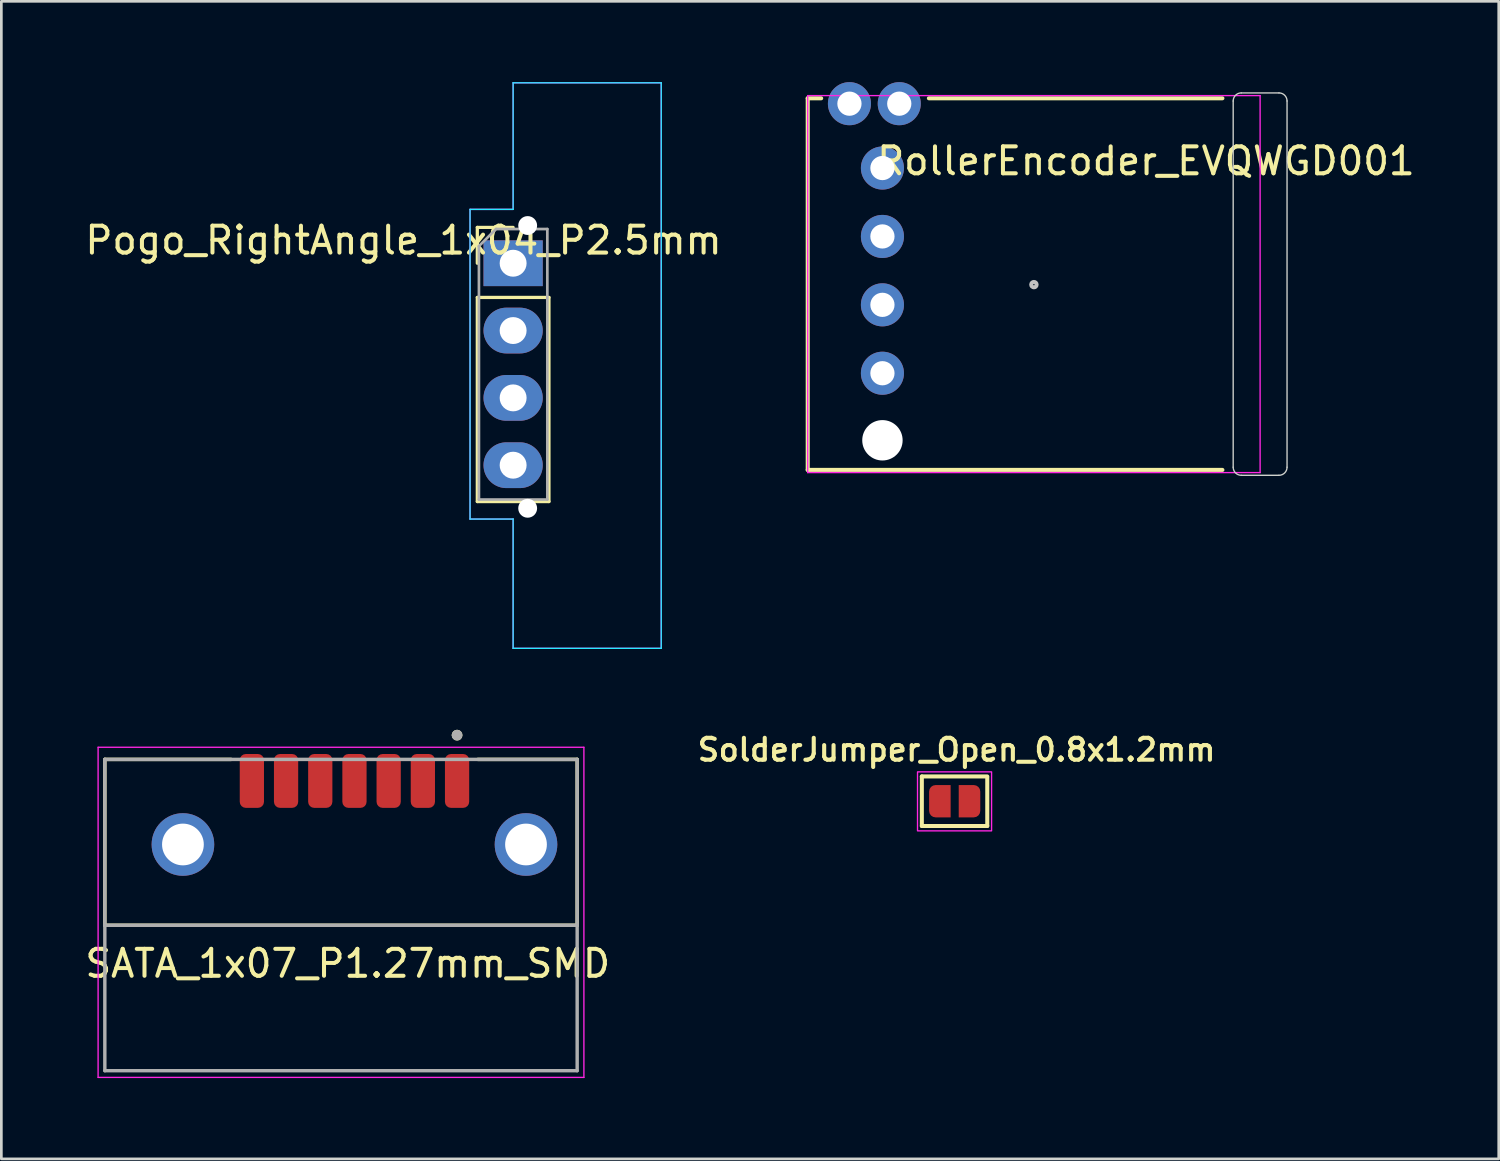
<source format=kicad_pcb>
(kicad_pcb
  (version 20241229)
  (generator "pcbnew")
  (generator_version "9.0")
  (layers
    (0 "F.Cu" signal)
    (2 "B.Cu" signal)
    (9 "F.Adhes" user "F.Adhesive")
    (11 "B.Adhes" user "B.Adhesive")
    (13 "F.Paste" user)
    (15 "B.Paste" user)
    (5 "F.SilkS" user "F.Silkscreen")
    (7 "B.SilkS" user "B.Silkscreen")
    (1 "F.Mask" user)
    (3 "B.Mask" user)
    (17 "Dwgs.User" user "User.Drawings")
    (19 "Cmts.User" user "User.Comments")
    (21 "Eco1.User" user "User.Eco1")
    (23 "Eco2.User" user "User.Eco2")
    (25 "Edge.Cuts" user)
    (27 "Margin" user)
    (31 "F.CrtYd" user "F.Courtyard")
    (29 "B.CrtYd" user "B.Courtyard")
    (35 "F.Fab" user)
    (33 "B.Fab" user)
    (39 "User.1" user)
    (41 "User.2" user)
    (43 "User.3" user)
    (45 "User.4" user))
  (footprint "SolderJumper_Open_0.8x1.2mm"
    (layer "F.Cu")
    (at 32.402 26.703)
    (property "Reference" "SolderJumper_Open_0.8x1.2mm" (at 0.07 -1.91 0) (layer "F.SilkS") (effects (font (size 0.813 0.813) (thickness 0.152))))
    (attr smd)
    (fp_line (start -1.22 -0.92) (end 1.21 -0.92) (stroke (width 0.15) (type solid)) (layer "F.SilkS"))
    (fp_line (start -1.22 0.92) (end -1.22 -0.92) (stroke (width 0.15) (type solid)) (layer "F.SilkS"))
    (fp_line (start 1.21 -0.888) (end 1.21 0.92) (stroke (width 0.15) (type solid)) (layer "F.SilkS"))
    (fp_line (start 1.21 0.92) (end -1.22 0.92) (stroke (width 0.15) (type solid)) (layer "F.SilkS"))
    (fp_rect (start -1.38 1.1) (end 1.37 -1.09) (stroke (width 0.05) (type solid)) (fill no) (layer "F.CrtYd"))
    (pad "1" smd roundrect (at -0.55 0) (size 0.8 1.2) (layers "F.Cu" "F.Mask" "F.Paste") (roundrect_rratio 0.3) (chamfer_ratio 0) (chamfer top_right bottom_right))
    (pad "2" smd roundrect (at 0.55 0) (size 0.8 1.2) (layers "F.Cu" "F.Mask" "F.Paste") (roundrect_rratio 0.3) (chamfer_ratio 0) (chamfer top_left bottom_left)))
  (footprint "RollerEncoder_EVQWGD001"
    (layer "F.Cu")
    (at 35.344 7.52)
    (property "Reference" "RollerEncoder_EVQWGD001" (at 4.16 -4.59 180) (layer "F.SilkS") (effects (font (size 1 1) (thickness 0.15))))
    (attr through_hole exclude_from_pos_files exclude_from_bom)
    (fp_line (start -8.4 -6.92) (end -8.4 6.88) (stroke (width 0.15) (type solid)) (layer "F.SilkS"))
    (fp_line (start -8.4 6.88) (end 7 6.88) (stroke (width 0.15) (type solid)) (layer "F.SilkS"))
    (fp_line (start -7.9 -6.92) (end -8.4 -6.92) (stroke (width 0.15) (type solid)) (layer "F.SilkS"))
    (fp_line (start 7 -6.92) (end -3.9 -6.92) (stroke (width 0.15) (type solid)) (layer "F.SilkS"))
    (fp_circle (center 0 0) (end 0.1 0) (stroke (width 0.15) (type solid)) (fill no) (layer "Dwgs.User"))
    (fp_line (start 7.4 -6.82) (end 7.4 6.78) (stroke (width 0.05) (type solid)) (layer "Edge.Cuts"))
    (fp_line (start 7.7 7.08) (end 9.1 7.08) (stroke (width 0.05) (type solid)) (layer "Edge.Cuts"))
    (fp_line (start 9.1 -7.12) (end 7.7 -7.12) (stroke (width 0.05) (type solid)) (layer "Edge.Cuts"))
    (fp_line (start 9.4 6.78) (end 9.4 -6.82) (stroke (width 0.05) (type solid)) (layer "Edge.Cuts"))
    (fp_arc (start 7.4 -6.82) (mid 7.487868 -7.032132) (end 7.7 -7.12) (stroke (width 0.05) (type solid)) (layer "Edge.Cuts"))
    (fp_arc (start 7.7 7.08) (mid 7.487868 6.992132) (end 7.4 6.78) (stroke (width 0.05) (type solid)) (layer "Edge.Cuts"))
    (fp_arc (start 9.1 -7.12) (mid 9.312132 -7.032132) (end 9.4 -6.82) (stroke (width 0.05) (type solid)) (layer "Edge.Cuts"))
    (fp_arc (start 9.4 6.78) (mid 9.312132 6.992132) (end 9.1 7.08) (stroke (width 0.05) (type solid)) (layer "Edge.Cuts"))
    (fp_line (start -8.4 -7.02) (end 8.4 -7.02) (stroke (width 0.05) (type solid)) (layer "F.CrtYd"))
    (fp_line (start -8.4 6.98) (end -8.4 -7.02) (stroke (width 0.05) (type solid)) (layer "F.CrtYd"))
    (fp_line (start 8.4 -7.02) (end 8.4 6.98) (stroke (width 0.05) (type solid)) (layer "F.CrtYd"))
    (fp_line (start 8.4 6.98) (end -8.4 6.98) (stroke (width 0.05) (type solid)) (layer "F.CrtYd"))
    (pad "" np_thru_hole circle (at -5.625 5.78) (size 1.5 1.5) (drill 1.5) (layers "*.Cu" "*.Mask"))
    (pad "A" thru_hole circle (at -5.625 -4.33) (size 1.6 1.6) (drill 0.9) (layers "*.Cu" "*.Mask"))
    (pad "B" thru_hole circle (at -5.625 -1.79) (size 1.6 1.6) (drill 0.9) (layers "*.Cu" "*.Mask"))
    (pad "C" thru_hole circle (at -5.625 0.75) (size 1.6 1.6) (drill 0.9) (layers "*.Cu" "*.Mask"))
    (pad "D" thru_hole circle (at -5.625 3.29) (size 1.6 1.6) (drill 0.9) (layers "*.Cu" "*.Mask"))
    (pad "S1" thru_hole circle (at -6.85 -6.72) (size 1.6 1.6) (drill 0.9) (layers "*.Cu" "*.Mask"))
    (pad "S2" thru_hole circle (at -5 -6.72) (size 1.6 1.6) (drill 0.9) (layers "*.Cu" "*.Mask")))
  (footprint "SATA_1x07_P1.27mm_SMD"
    (layer "F.Cu")
    (at 9.613 28.31)
    (property "Reference" "SATA_1x07_P1.27mm_SMD" (at 0.25 4.42 0) (layer "F.SilkS") (effects (font (size 1 1) (thickness 0.15))))
    (attr smd)
    (fp_line (start -8.77 -3.16) (end -4.08 -3.16) (stroke (width 0.127) (type solid)) (layer "F.SilkS"))
    (fp_line (start -8.77 3) (end -8.77 -3.16) (stroke (width 0.127) (type solid)) (layer "F.SilkS"))
    (fp_line (start 5.08 -3.16) (end 8.77 -3.16) (stroke (width 0.127) (type solid)) (layer "F.SilkS"))
    (fp_line (start 8.77 -3.16) (end 8.77 3) (stroke (width 0.127) (type solid)) (layer "F.SilkS"))
    (fp_line (start 8.77 3) (end -8.77 3) (stroke (width 0.127) (type solid)) (layer "F.SilkS"))
    (fp_circle (center 4.31 -4.06) (end 4.41 -4.06) (stroke (width 0.2) (type solid)) (fill no) (layer "F.SilkS"))
    (fp_line (start -9.02 -3.61) (end -9.02 8.65) (stroke (width 0.05) (type solid)) (layer "F.CrtYd"))
    (fp_line (start -9.02 8.65) (end 9.02 8.65) (stroke (width 0.05) (type solid)) (layer "F.CrtYd"))
    (fp_line (start 9.02 -3.61) (end -9.02 -3.61) (stroke (width 0.05) (type solid)) (layer "F.CrtYd"))
    (fp_line (start 9.02 8.65) (end 9.02 -3.61) (stroke (width 0.05) (type solid)) (layer "F.CrtYd"))
    (fp_line (start -8.77 -3.16) (end 8.77 -3.16) (stroke (width 0.127) (type solid)) (layer "F.Fab"))
    (fp_line (start -8.77 3) (end -8.77 -3.16) (stroke (width 0.127) (type solid)) (layer "F.Fab"))
    (fp_line (start -8.77 8.4) (end -8.77 3) (stroke (width 0.127) (type solid)) (layer "F.Fab"))
    (fp_line (start 8.77 -3.16) (end 8.77 3) (stroke (width 0.127) (type solid)) (layer "F.Fab"))
    (fp_line (start 8.77 3) (end -8.77 3) (stroke (width 0.127) (type solid)) (layer "F.Fab"))
    (fp_line (start 8.77 3) (end 8.77 8.4) (stroke (width 0.127) (type solid)) (layer "F.Fab"))
    (fp_line (start 8.77 8.4) (end -8.77 8.4) (stroke (width 0.127) (type solid)) (layer "F.Fab"))
    (fp_circle (center 4.31 -4.06) (end 4.41 -4.06) (stroke (width 0.2) (type solid)) (fill no) (layer "F.Fab"))
    (pad "1" smd roundrect (at 4.31 -2.36) (size 0.9 2) (layers "F.Cu" "F.Mask" "F.Paste") (roundrect_rratio 0.25))
    (pad "2" smd roundrect (at 3.04 -2.36) (size 0.9 2) (layers "F.Cu" "F.Mask" "F.Paste") (roundrect_rratio 0.25))
    (pad "3" smd roundrect (at 1.77 -2.36) (size 0.9 2) (layers "F.Cu" "F.Mask" "F.Paste") (roundrect_rratio 0.25))
    (pad "4" smd roundrect (at 0.5 -2.36) (size 0.9 2) (layers "F.Cu" "F.Mask" "F.Paste") (roundrect_rratio 0.25))
    (pad "5" smd roundrect (at -0.77 -2.36) (size 0.9 2) (layers "F.Cu" "F.Mask" "F.Paste") (roundrect_rratio 0.25))
    (pad "6" smd roundrect (at -2.04 -2.36) (size 0.9 2) (layers "F.Cu" "F.Mask" "F.Paste") (roundrect_rratio 0.25))
    (pad "7" smd roundrect (at -3.31 -2.36) (size 0.9 2) (layers "F.Cu" "F.Mask" "F.Paste") (roundrect_rratio 0.25))
    (pad "SH1" thru_hole circle (at -5.87 0) (size 2.325 2.325) (drill 1.55) (layers "*.Cu" "*.Mask"))
    (pad "SH2" thru_hole circle (at 6.87 0) (size 2.325 2.325) (drill 1.55) (layers "*.Cu" "*.Mask")))
  (footprint "Pogo_RightAngle_1x04_P2.5mm"
    (layer "F.Cu")
    (at 16.005 6.725)
    (property "Reference" "Pogo_RightAngle_1x04_P2.5mm" (at -4.07 -0.85 0) (layer "F.SilkS") (effects (font (size 1 1) (thickness 0.15))))
    (attr through_hole)
    (fp_line (start -1.33 -1.33) (end 0 -1.33) (stroke (width 0.12) (type solid)) (layer "F.SilkS"))
    (fp_line (start -1.33 0) (end -1.33 -1.33) (stroke (width 0.12) (type solid)) (layer "F.SilkS"))
    (fp_line (start -1.33 1.27) (end -1.33 8.85) (stroke (width 0.12) (type solid)) (layer "F.SilkS"))
    (fp_line (start -1.33 1.27) (end 1.33 1.27) (stroke (width 0.12) (type solid)) (layer "F.SilkS"))
    (fp_line (start -1.33 8.85) (end 1.33 8.85) (stroke (width 0.12) (type solid)) (layer "F.SilkS"))
    (fp_line (start 1.33 1.27) (end 1.33 8.85) (stroke (width 0.12) (type solid)) (layer "F.SilkS"))
    (fp_line (start -1.6 -2) (end -1.6 9.5) (stroke (width 0.05) (type solid)) (layer "B.CrtYd"))
    (fp_line (start -1.6 9.5) (end 0 9.5) (stroke (width 0.05) (type solid)) (layer "B.CrtYd"))
    (fp_line (start 0 -6.7) (end 5.5 -6.7) (stroke (width 0.05) (type solid)) (layer "B.CrtYd"))
    (fp_line (start 0 -2) (end -1.6 -2) (stroke (width 0.05) (type solid)) (layer "B.CrtYd"))
    (fp_line (start 0 -2) (end 0 -6.7) (stroke (width 0.05) (type solid)) (layer "B.CrtYd"))
    (fp_line (start 0 14.3) (end 0 9.5) (stroke (width 0.05) (type solid)) (layer "B.CrtYd"))
    (fp_line (start 5.5 -6.7) (end 5.5 14.3) (stroke (width 0.05) (type solid)) (layer "B.CrtYd"))
    (fp_line (start 5.5 14.3) (end 0 14.3) (stroke (width 0.05) (type solid)) (layer "B.CrtYd"))
    (fp_line (start -1.6 -2) (end -1.6 9.5) (stroke (width 0.05) (type solid)) (layer "F.CrtYd"))
    (fp_line (start -1.6 9.5) (end 0 9.5) (stroke (width 0.05) (type solid)) (layer "F.CrtYd"))
    (fp_line (start 0 -6.7) (end 5.5 -6.7) (stroke (width 0.05) (type solid)) (layer "F.CrtYd"))
    (fp_line (start 0 -2) (end -1.6 -2) (stroke (width 0.05) (type solid)) (layer "F.CrtYd"))
    (fp_line (start 0 -2) (end 0 -6.7) (stroke (width 0.05) (type solid)) (layer "F.CrtYd"))
    (fp_line (start 0 14.3) (end 0 9.5) (stroke (width 0.05) (type solid)) (layer "F.CrtYd"))
    (fp_line (start 5.5 -6.7) (end 5.5 14.3) (stroke (width 0.05) (type solid)) (layer "F.CrtYd"))
    (fp_line (start 5.5 14.3) (end 0 14.3) (stroke (width 0.05) (type solid)) (layer "F.CrtYd"))
    (fp_line (start -1.27 -0.635) (end -0.635 -1.27) (stroke (width 0.1) (type solid)) (layer "F.Fab"))
    (fp_line (start -1.27 8.775) (end -1.27 -0.635) (stroke (width 0.1) (type solid)) (layer "F.Fab"))
    (fp_line (start -0.635 -1.27) (end 1.27 -1.27) (stroke (width 0.1) (type solid)) (layer "F.Fab"))
    (fp_line (start 1.27 -1.27) (end 1.27 8.775) (stroke (width 0.1) (type solid)) (layer "F.Fab"))
    (fp_line (start 1.27 8.775) (end -1.27 8.775) (stroke (width 0.1) (type solid)) (layer "F.Fab"))
    (pad "" np_thru_hole circle (at 0.54 -1.4) (size 0.7 0.7) (drill 0.7) (layers "*.Cu" "*.Mask"))
    (pad "" np_thru_hole circle (at 0.54 9.1) (size 0.7 0.7) (drill 0.7) (layers "*.Cu" "*.Mask"))
    (pad "1" thru_hole rect (at 0 0) (size 2.2 1.7) (drill 1) (layers "*.Cu" "*.Mask"))
    (pad "2" thru_hole oval (at 0 2.5) (size 2.2 1.7) (drill 1) (layers "*.Cu" "*.Mask"))
    (pad "3" thru_hole oval (at 0 5) (size 2.2 1.7) (drill 1) (layers "*.Cu" "*.Mask"))
    (pad "4" thru_hole oval (at 0 7.5) (size 2.2 1.7) (drill 1) (layers "*.Cu" "*.Mask")))
  (gr_rect
    (start -3 -3)
    (end 52.605 39.985)
    (stroke (width 0.1) (type default))
    (fill no)
    (layer "Edge.Cuts")))
</source>
